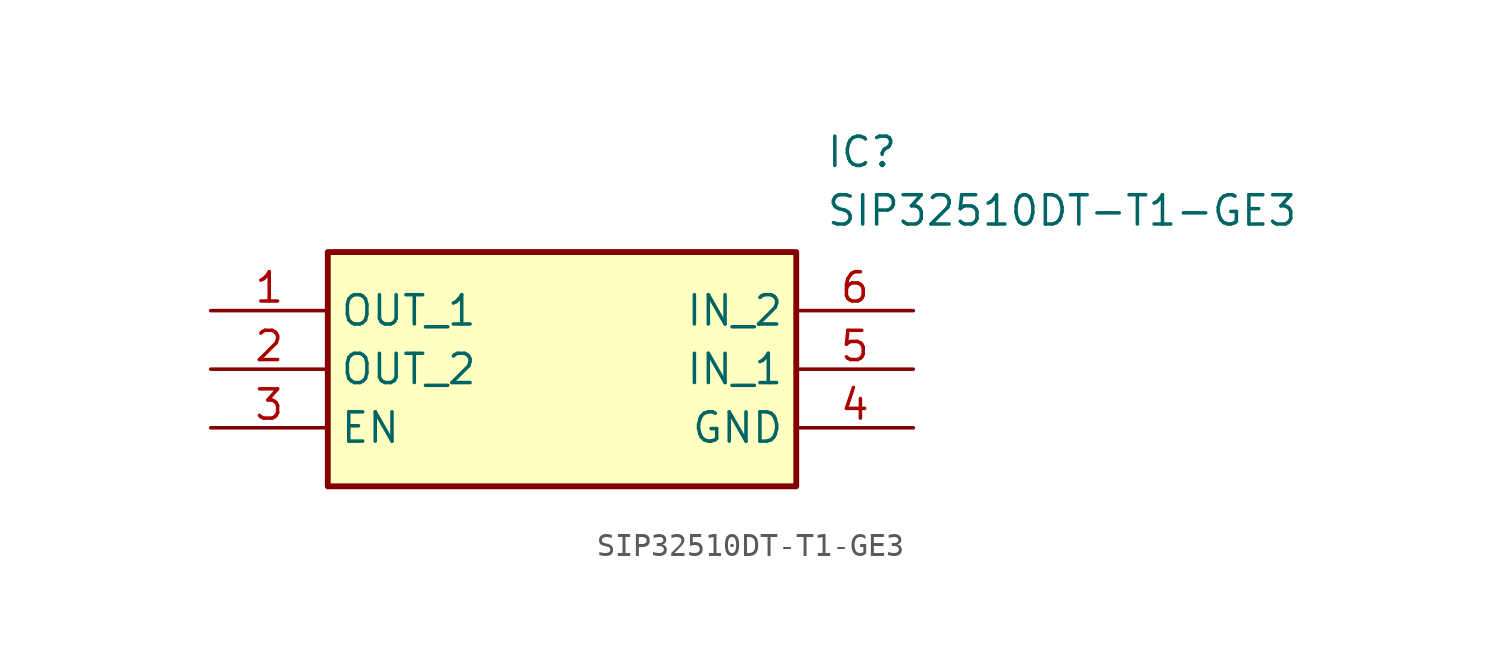
<source format=kicad_sym>
(kicad_symbol_lib
  (version 20211014)
  (generator SamacSys_ECAD_Model)
  (symbol "SIP32510DT-T1-GE3"
    (property "Reference" "IC"
      (at 26.67 7.62 0)
      (effects (font (size 1.27 1.27)) (justify left top)))
    (property "Value" "SIP32510DT-T1-GE3"
      (at 26.67 5.08 0)
      (effects (font (size 1.27 1.27)) (justify left top)))
    (rectangle
      (start 5.08 2.54)
      (end 25.4 -7.62)
      (stroke (width 0.254) (type default))
      (fill (type background)))
    (pin passive line
      (at 0 0 0)
      (length 5.08)
      (name "OUT_1" (effects (font (size 1.27 1.27))))
      (number "1" (effects (font (size 1.27 1.27)))))
    (pin passive line
      (at 0 -2.54 0)
      (length 5.08)
      (name "OUT_2" (effects (font (size 1.27 1.27))))
      (number "2" (effects (font (size 1.27 1.27)))))
    (pin passive line
      (at 0 -5.08 0)
      (length 5.08)
      (name "EN" (effects (font (size 1.27 1.27))))
      (number "3" (effects (font (size 1.27 1.27)))))
    (pin passive line
      (at 30.48 0 180)
      (length 5.08)
      (name "IN_2" (effects (font (size 1.27 1.27))))
      (number "6" (effects (font (size 1.27 1.27)))))
    (pin passive line
      (at 30.48 -2.54 180)
      (length 5.08)
      (name "IN_1" (effects (font (size 1.27 1.27))))
      (number "5" (effects (font (size 1.27 1.27)))))
    (pin passive line
      (at 30.48 -5.08 180)
      (length 5.08)
      (name "GND" (effects (font (size 1.27 1.27))))
      (number "4" (effects (font (size 1.27 1.27)))))))
</source>
